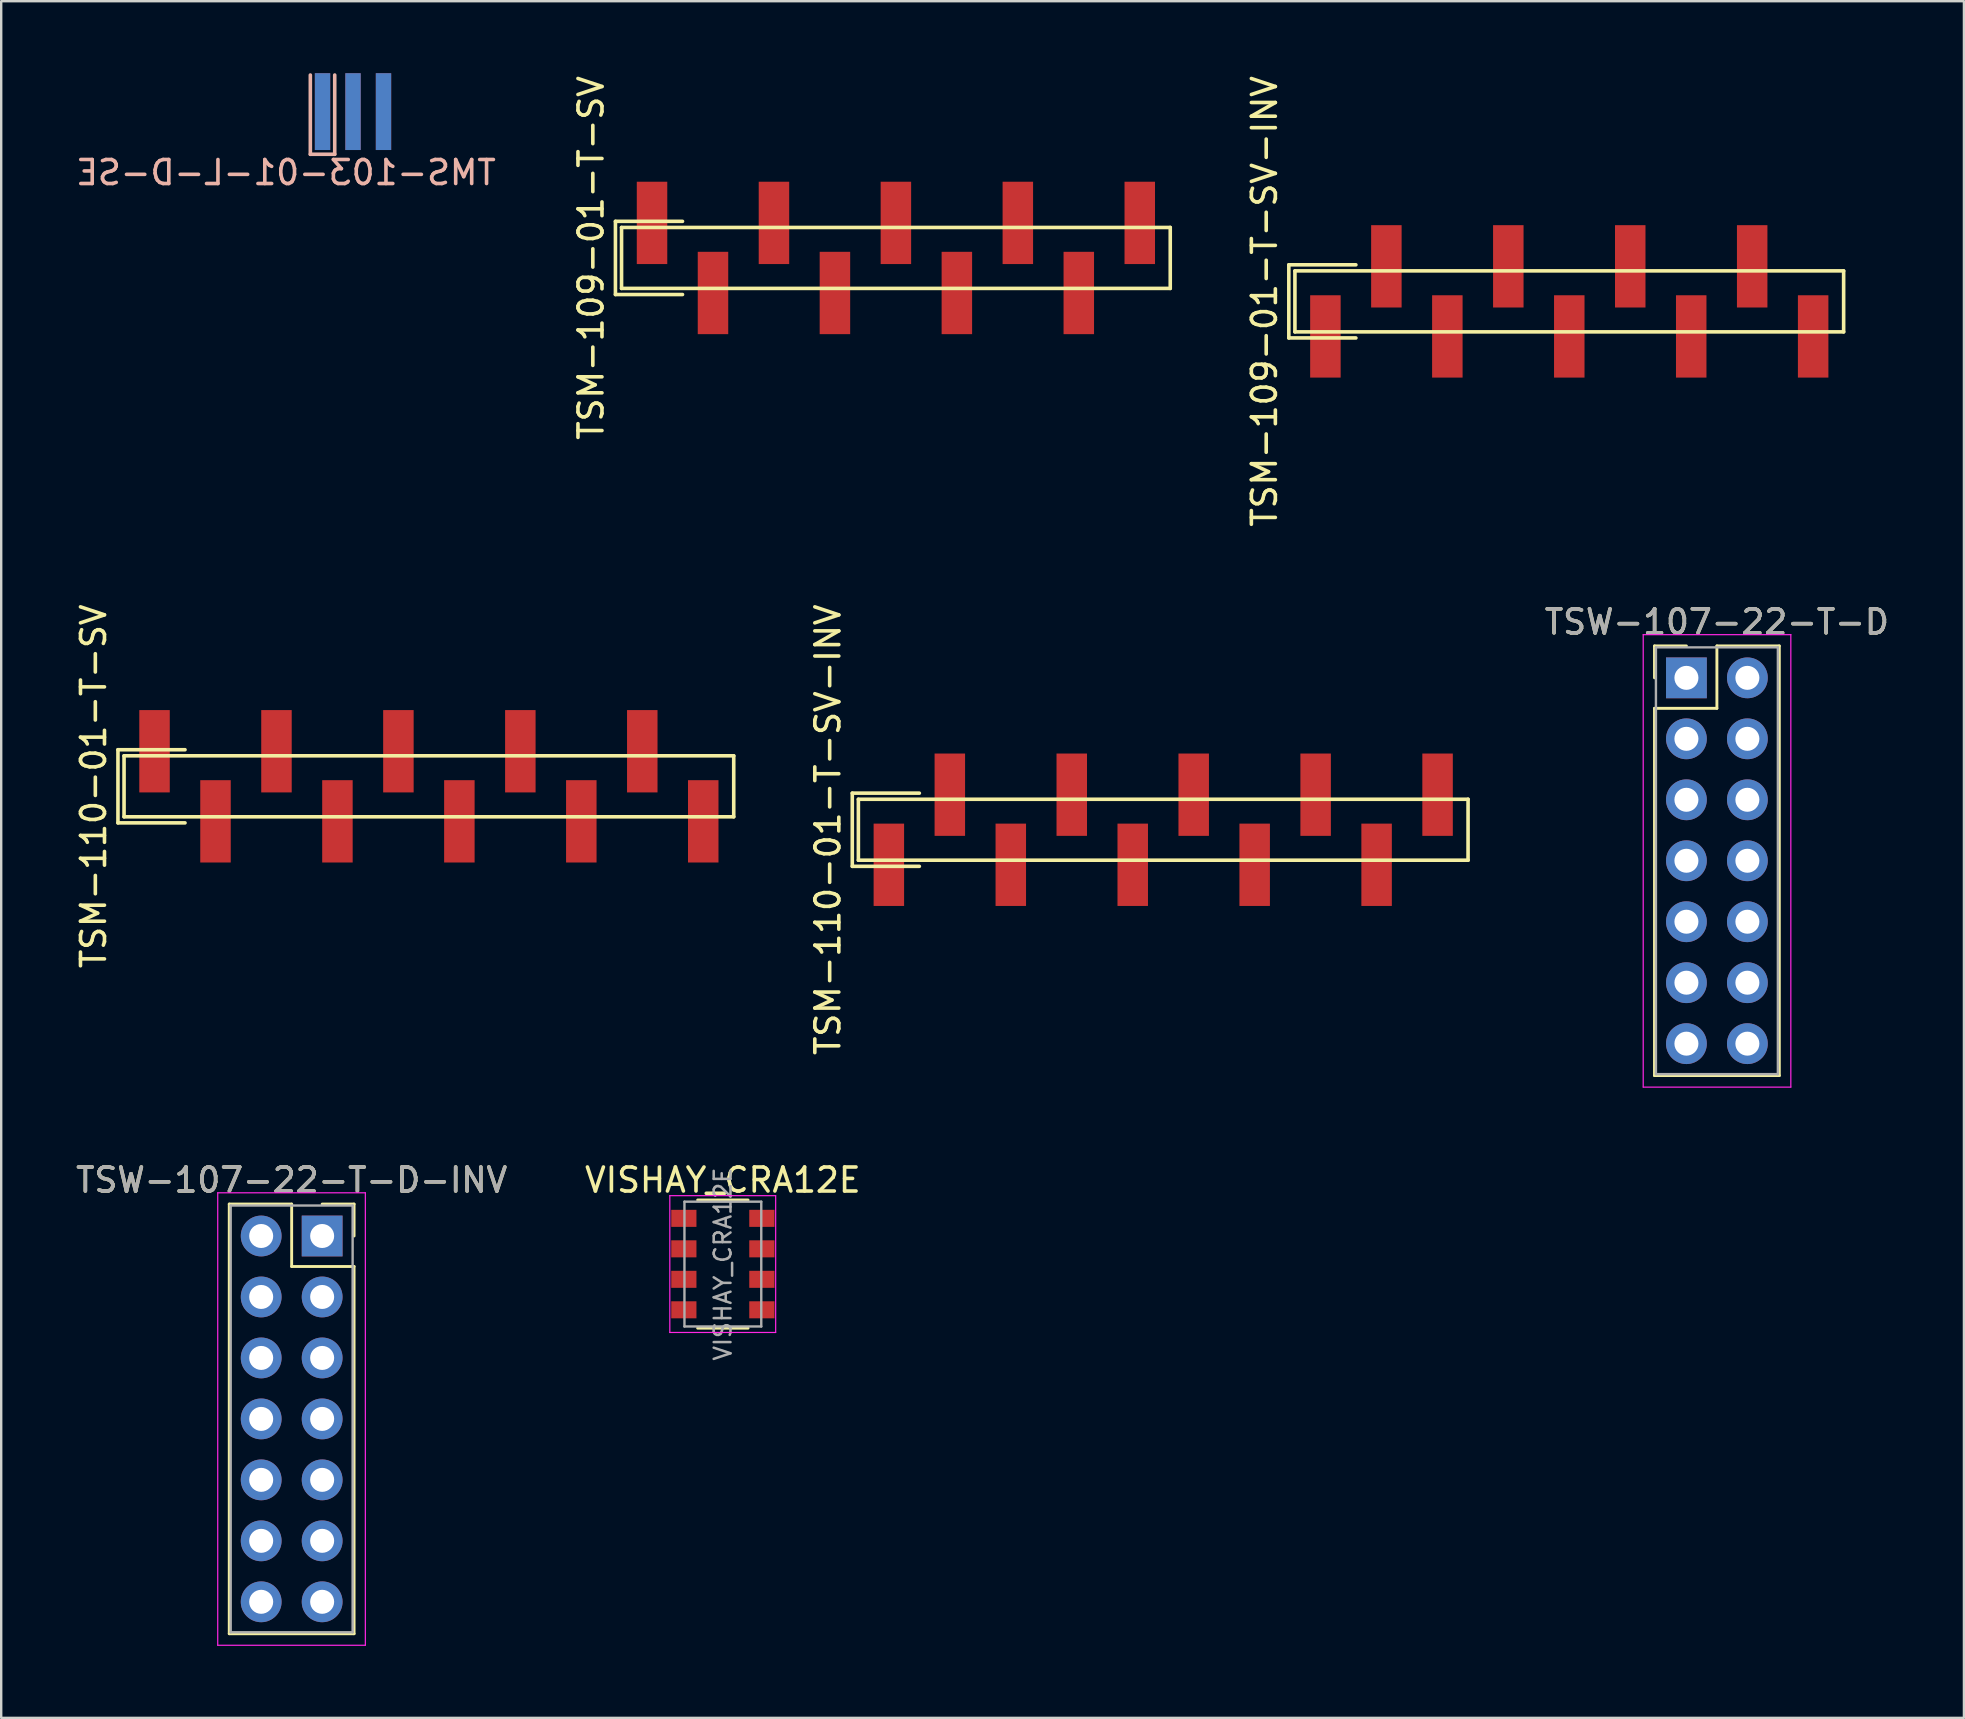
<source format=kicad_pcb>
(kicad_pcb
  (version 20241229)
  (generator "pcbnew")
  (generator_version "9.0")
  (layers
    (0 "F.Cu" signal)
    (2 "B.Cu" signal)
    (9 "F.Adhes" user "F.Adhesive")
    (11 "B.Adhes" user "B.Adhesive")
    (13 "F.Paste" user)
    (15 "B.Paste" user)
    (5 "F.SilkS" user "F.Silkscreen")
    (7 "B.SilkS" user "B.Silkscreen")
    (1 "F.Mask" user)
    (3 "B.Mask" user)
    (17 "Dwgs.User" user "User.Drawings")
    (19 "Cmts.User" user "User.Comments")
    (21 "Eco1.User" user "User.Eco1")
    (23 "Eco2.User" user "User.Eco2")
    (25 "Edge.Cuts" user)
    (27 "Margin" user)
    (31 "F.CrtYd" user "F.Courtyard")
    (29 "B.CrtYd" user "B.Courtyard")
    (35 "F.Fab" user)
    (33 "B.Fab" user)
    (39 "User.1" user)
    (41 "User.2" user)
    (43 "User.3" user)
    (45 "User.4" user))
  (footprint "TSM-110-01-T-SV-INV"
    (layer "F.Cu")
    (at 33.981 31.518)
    (property "Reference" "TSM-110-01-T-SV-INV" (at -2.54 0 90) (layer "F.SilkS") (effects (font (size 1 1) (thickness 0.15))))
    (attr through_hole)
    (fp_line (start -1.524 -1.524) (end -1.524 1.524) (stroke (width 0.15) (type solid)) (layer "F.SilkS"))
    (fp_line (start -1.524 1.524) (end 1.27 1.524) (stroke (width 0.15) (type solid)) (layer "F.SilkS"))
    (fp_line (start -1.27 -1.27) (end -1.27 1.27) (stroke (width 0.15) (type solid)) (layer "F.SilkS"))
    (fp_line (start -1.27 1.27) (end 24.13 1.27) (stroke (width 0.15) (type solid)) (layer "F.SilkS"))
    (fp_line (start 1.27 -1.524) (end -1.524 -1.524) (stroke (width 0.15) (type solid)) (layer "F.SilkS"))
    (fp_line (start 24.13 -1.27) (end -1.27 -1.27) (stroke (width 0.15) (type solid)) (layer "F.SilkS"))
    (fp_line (start 24.13 1.27) (end 24.13 -1.27) (stroke (width 0.15) (type solid)) (layer "F.SilkS"))
    (pad "1" smd rect (at 0 1.46) (size 1.27 3.43) (layers "F.Cu" "F.Mask" "F.Paste"))
    (pad "2" smd rect (at 2.54 -1.46) (size 1.27 3.43) (layers "F.Cu" "F.Mask" "F.Paste"))
    (pad "3" smd rect (at 5.08 1.46) (size 1.27 3.43) (layers "F.Cu" "F.Mask" "F.Paste"))
    (pad "4" smd rect (at 7.62 -1.46) (size 1.27 3.43) (layers "F.Cu" "F.Mask" "F.Paste"))
    (pad "5" smd rect (at 10.16 1.46) (size 1.27 3.43) (layers "F.Cu" "F.Mask" "F.Paste"))
    (pad "6" smd rect (at 12.7 -1.46) (size 1.27 3.43) (layers "F.Cu" "F.Mask" "F.Paste"))
    (pad "7" smd rect (at 15.24 1.46) (size 1.27 3.43) (layers "F.Cu" "F.Mask" "F.Paste"))
    (pad "8" smd rect (at 17.78 -1.46) (size 1.27 3.43) (layers "F.Cu" "F.Mask" "F.Paste"))
    (pad "9" smd rect (at 20.32 1.46) (size 1.27 3.43) (layers "F.Cu" "F.Mask" "F.Paste"))
    (pad "10" smd rect (at 22.86 -1.46) (size 1.27 3.43) (layers "F.Cu" "F.Mask" "F.Paste")))
  (footprint "TSM-109-01-T-SV-INV"
    (layer "F.Cu")
    (at 52.168 9.506)
    (property "Reference" "TSM-109-01-T-SV-INV" (at -2.54 0 90) (layer "F.SilkS") (effects (font (size 1 1) (thickness 0.15))))
    (attr through_hole)
    (fp_line (start -1.524 -1.524) (end -1.524 1.524) (stroke (width 0.15) (type solid)) (layer "F.SilkS"))
    (fp_line (start -1.524 1.524) (end 1.27 1.524) (stroke (width 0.15) (type solid)) (layer "F.SilkS"))
    (fp_line (start -1.27 -1.27) (end -1.27 1.27) (stroke (width 0.15) (type solid)) (layer "F.SilkS"))
    (fp_line (start -1.27 1.27) (end 21.59 1.27) (stroke (width 0.15) (type solid)) (layer "F.SilkS"))
    (fp_line (start 1.27 -1.524) (end -1.524 -1.524) (stroke (width 0.15) (type solid)) (layer "F.SilkS"))
    (fp_line (start 21.59 -1.27) (end -1.27 -1.27) (stroke (width 0.15) (type solid)) (layer "F.SilkS"))
    (fp_line (start 21.59 1.27) (end 21.59 -1.27) (stroke (width 0.15) (type solid)) (layer "F.SilkS"))
    (pad "1" smd rect (at 0 1.46) (size 1.27 3.43) (layers "F.Cu" "F.Mask" "F.Paste"))
    (pad "2" smd rect (at 2.54 -1.46) (size 1.27 3.43) (layers "F.Cu" "F.Mask" "F.Paste"))
    (pad "3" smd rect (at 5.08 1.46) (size 1.27 3.43) (layers "F.Cu" "F.Mask" "F.Paste"))
    (pad "4" smd rect (at 7.62 -1.46) (size 1.27 3.43) (layers "F.Cu" "F.Mask" "F.Paste"))
    (pad "5" smd rect (at 10.16 1.46) (size 1.27 3.43) (layers "F.Cu" "F.Mask" "F.Paste"))
    (pad "6" smd rect (at 12.7 -1.46) (size 1.27 3.43) (layers "F.Cu" "F.Mask" "F.Paste"))
    (pad "7" smd rect (at 15.24 1.46) (size 1.27 3.43) (layers "F.Cu" "F.Mask" "F.Paste"))
    (pad "8" smd rect (at 17.78 -1.46) (size 1.27 3.43) (layers "F.Cu" "F.Mask" "F.Paste"))
    (pad "9" smd rect (at 20.32 1.46) (size 1.27 3.43) (layers "F.Cu" "F.Mask" "F.Paste")))
  (footprint "TSM-110-01-T-SV"
    (layer "F.Cu")
    (at 3.388 29.708)
    (property "Reference" "TSM-110-01-T-SV" (at -2.54 0 90) (layer "F.SilkS") (effects (font (size 1 1) (thickness 0.15))))
    (attr through_hole)
    (fp_line (start -1.524 -1.524) (end -1.524 1.524) (stroke (width 0.15) (type solid)) (layer "F.SilkS"))
    (fp_line (start -1.524 1.524) (end 1.27 1.524) (stroke (width 0.15) (type solid)) (layer "F.SilkS"))
    (fp_line (start -1.27 -1.27) (end -1.27 1.27) (stroke (width 0.15) (type solid)) (layer "F.SilkS"))
    (fp_line (start -1.27 1.27) (end 24.13 1.27) (stroke (width 0.15) (type solid)) (layer "F.SilkS"))
    (fp_line (start 1.27 -1.524) (end -1.524 -1.524) (stroke (width 0.15) (type solid)) (layer "F.SilkS"))
    (fp_line (start 24.13 -1.27) (end -1.27 -1.27) (stroke (width 0.15) (type solid)) (layer "F.SilkS"))
    (fp_line (start 24.13 1.27) (end 24.13 -1.27) (stroke (width 0.15) (type solid)) (layer "F.SilkS"))
    (pad "1" smd rect (at 0 -1.46) (size 1.27 3.43) (layers "F.Cu" "F.Mask" "F.Paste"))
    (pad "2" smd rect (at 2.54 1.46) (size 1.27 3.43) (layers "F.Cu" "F.Mask" "F.Paste"))
    (pad "3" smd rect (at 5.08 -1.46) (size 1.27 3.43) (layers "F.Cu" "F.Mask" "F.Paste"))
    (pad "4" smd rect (at 7.62 1.46) (size 1.27 3.43) (layers "F.Cu" "F.Mask" "F.Paste"))
    (pad "5" smd rect (at 10.16 -1.46) (size 1.27 3.43) (layers "F.Cu" "F.Mask" "F.Paste"))
    (pad "6" smd rect (at 12.7 1.46) (size 1.27 3.43) (layers "F.Cu" "F.Mask" "F.Paste"))
    (pad "7" smd rect (at 15.24 -1.46) (size 1.27 3.43) (layers "F.Cu" "F.Mask" "F.Paste"))
    (pad "8" smd rect (at 17.78 1.46) (size 1.27 3.43) (layers "F.Cu" "F.Mask" "F.Paste"))
    (pad "9" smd rect (at 20.32 -1.46) (size 1.27 3.43) (layers "F.Cu" "F.Mask" "F.Paste"))
    (pad "10" smd rect (at 22.86 1.46) (size 1.27 3.43) (layers "F.Cu" "F.Mask" "F.Paste")))
  (footprint "TMS-103-01-L-D-SE"
    (layer "F.Cu")
    (at 10.387 1.6)
    (property "Reference" "TMS-103-01-L-D-SE" (at -1.524 2.54 0) (layer "B.SilkS") (effects (font (size 1 1) (thickness 0.15)) (justify mirror)))
    (attr through_hole)
    (fp_line (start -0.508 -1.524) (end -0.508 1.778) (stroke (width 0.15) (type solid)) (layer "B.SilkS"))
    (fp_line (start -0.508 1.778) (end 0.508 1.778) (stroke (width 0.15) (type solid)) (layer "B.SilkS"))
    (fp_line (start 0.508 1.778) (end 0.508 -1.524) (stroke (width 0.15) (type solid)) (layer "B.SilkS"))
    (pad "1" smd rect (at 0 0) (size 0.64 3.2) (layers "B.Cu" "B.Mask" "B.Paste"))
    (pad "2" smd rect (at 0 0) (size 0.64 3.2) (layers "F.Cu" "F.Mask" "F.Paste"))
    (pad "3" smd rect (at 1.27 0) (size 0.64 3.2) (layers "B.Cu" "B.Mask" "B.Paste"))
    (pad "4" smd rect (at 1.27 0) (size 0.64 3.2) (layers "F.Cu" "F.Mask" "F.Paste"))
    (pad "5" smd rect (at 2.54 0) (size 0.64 3.2) (layers "B.Cu" "B.Mask" "B.Paste"))
    (pad "6" smd rect (at 2.54 0) (size 0.64 3.2) (layers "F.Cu" "F.Mask" "F.Paste")))
  (footprint "TSW-107-22-T-D-INV"
    (layer "F.Cu")
    (at 10.371 48.443)
    (property "Reference" "TSW-107-22-T-D-INV" (at -1.27 -2.33 0) (layer "F.SilkS") (effects (font (size 1 1) (thickness 0.15))))
    (attr through_hole)
    (fp_line (start -3.87 -1.33) (end -1.27 -1.33) (stroke (width 0.12) (type solid)) (layer "F.SilkS"))
    (fp_line (start -3.87 16.57) (end -3.87 -1.33) (stroke (width 0.12) (type solid)) (layer "F.SilkS"))
    (fp_line (start -1.27 -1.33) (end -1.27 1.27) (stroke (width 0.12) (type solid)) (layer "F.SilkS"))
    (fp_line (start -1.27 1.27) (end 1.33 1.27) (stroke (width 0.12) (type solid)) (layer "F.SilkS"))
    (fp_line (start 1.33 -1.33) (end 0 -1.33) (stroke (width 0.12) (type solid)) (layer "F.SilkS"))
    (fp_line (start 1.33 0) (end 1.33 -1.33) (stroke (width 0.12) (type solid)) (layer "F.SilkS"))
    (fp_line (start 1.33 1.27) (end 1.33 16.57) (stroke (width 0.12) (type solid)) (layer "F.SilkS"))
    (fp_line (start 1.33 16.57) (end -3.87 16.57) (stroke (width 0.12) (type solid)) (layer "F.SilkS"))
    (fp_line (start -4.35 -1.8) (end 1.8 -1.8) (stroke (width 0.05) (type solid)) (layer "F.CrtYd"))
    (fp_line (start -4.35 17.05) (end -4.35 -1.8) (stroke (width 0.05) (type solid)) (layer "F.CrtYd"))
    (fp_line (start 1.8 -1.8) (end 1.8 17.05) (stroke (width 0.05) (type solid)) (layer "F.CrtYd"))
    (fp_line (start 1.8 17.05) (end -4.35 17.05) (stroke (width 0.05) (type solid)) (layer "F.CrtYd"))
    (fp_line (start -3.81 -1.27) (end 1.27 -1.27) (stroke (width 0.1) (type solid)) (layer "F.Fab"))
    (fp_line (start -3.81 16.51) (end -3.81 -1.27) (stroke (width 0.1) (type solid)) (layer "F.Fab"))
    (fp_line (start 1.27 -1.27) (end 1.27 16.51) (stroke (width 0.1) (type solid)) (layer "F.Fab"))
    (fp_line (start 1.27 16.51) (end -3.81 16.51) (stroke (width 0.1) (type solid)) (layer "F.Fab"))
    (fp_text user "${REFERENCE}" (at -1.27 -2.33 0) (layer "F.Fab") (effects (font (size 1 1) (thickness 0.15))))
    (pad "1" thru_hole rect (at 0 0) (size 1.7 1.7) (drill 1) (layers "*.Cu" "*.Mask"))
    (pad "2" thru_hole oval (at -2.54 0) (size 1.7 1.7) (drill 1) (layers "*.Cu" "*.Mask"))
    (pad "3" thru_hole oval (at 0 2.54) (size 1.7 1.7) (drill 1) (layers "*.Cu" "*.Mask"))
    (pad "4" thru_hole oval (at -2.54 2.54) (size 1.7 1.7) (drill 1) (layers "*.Cu" "*.Mask"))
    (pad "5" thru_hole oval (at 0 5.08) (size 1.7 1.7) (drill 1) (layers "*.Cu" "*.Mask"))
    (pad "6" thru_hole oval (at -2.54 5.08) (size 1.7 1.7) (drill 1) (layers "*.Cu" "*.Mask"))
    (pad "7" thru_hole oval (at 0 7.62) (size 1.7 1.7) (drill 1) (layers "*.Cu" "*.Mask"))
    (pad "8" thru_hole oval (at -2.54 7.62) (size 1.7 1.7) (drill 1) (layers "*.Cu" "*.Mask"))
    (pad "9" thru_hole oval (at 0 10.16) (size 1.7 1.7) (drill 1) (layers "*.Cu" "*.Mask"))
    (pad "10" thru_hole oval (at -2.54 10.16) (size 1.7 1.7) (drill 1) (layers "*.Cu" "*.Mask"))
    (pad "11" thru_hole oval (at 0 12.7) (size 1.7 1.7) (drill 1) (layers "*.Cu" "*.Mask"))
    (pad "12" thru_hole oval (at -2.54 12.7) (size 1.7 1.7) (drill 1) (layers "*.Cu" "*.Mask"))
    (pad "13" thru_hole oval (at 0 15.24) (size 1.7 1.7) (drill 1) (layers "*.Cu" "*.Mask"))
    (pad "14" thru_hole oval (at -2.54 15.24) (size 1.7 1.7) (drill 1) (layers "*.Cu" "*.Mask")))
  (footprint "TSW-107-22-T-D"
    (layer "F.Cu")
    (at 67.208 25.19)
    (property "Reference" "TSW-107-22-T-D" (at 1.27 -2.33 0) (layer "F.SilkS") (effects (font (size 1 1) (thickness 0.15))))
    (attr through_hole)
    (fp_line (start -1.33 -1.33) (end 0 -1.33) (stroke (width 0.12) (type solid)) (layer "F.SilkS"))
    (fp_line (start -1.33 0) (end -1.33 -1.33) (stroke (width 0.12) (type solid)) (layer "F.SilkS"))
    (fp_line (start -1.33 1.27) (end -1.33 16.57) (stroke (width 0.12) (type solid)) (layer "F.SilkS"))
    (fp_line (start -1.33 16.57) (end 3.87 16.57) (stroke (width 0.12) (type solid)) (layer "F.SilkS"))
    (fp_line (start 1.27 -1.33) (end 1.27 1.27) (stroke (width 0.12) (type solid)) (layer "F.SilkS"))
    (fp_line (start 1.27 1.27) (end -1.33 1.27) (stroke (width 0.12) (type solid)) (layer "F.SilkS"))
    (fp_line (start 3.87 -1.33) (end 1.27 -1.33) (stroke (width 0.12) (type solid)) (layer "F.SilkS"))
    (fp_line (start 3.87 16.57) (end 3.87 -1.33) (stroke (width 0.12) (type solid)) (layer "F.SilkS"))
    (fp_line (start -1.8 -1.8) (end -1.8 17.05) (stroke (width 0.05) (type solid)) (layer "F.CrtYd"))
    (fp_line (start -1.8 17.05) (end 4.35 17.05) (stroke (width 0.05) (type solid)) (layer "F.CrtYd"))
    (fp_line (start 4.35 -1.8) (end -1.8 -1.8) (stroke (width 0.05) (type solid)) (layer "F.CrtYd"))
    (fp_line (start 4.35 17.05) (end 4.35 -1.8) (stroke (width 0.05) (type solid)) (layer "F.CrtYd"))
    (fp_line (start -1.27 -1.27) (end -1.27 16.51) (stroke (width 0.1) (type solid)) (layer "F.Fab"))
    (fp_line (start -1.27 16.51) (end 3.81 16.51) (stroke (width 0.1) (type solid)) (layer "F.Fab"))
    (fp_line (start 3.81 -1.27) (end -1.27 -1.27) (stroke (width 0.1) (type solid)) (layer "F.Fab"))
    (fp_line (start 3.81 16.51) (end 3.81 -1.27) (stroke (width 0.1) (type solid)) (layer "F.Fab"))
    (fp_text user "${REFERENCE}" (at 1.27 -2.33 0) (layer "F.Fab") (effects (font (size 1 1) (thickness 0.15))))
    (pad "1" thru_hole rect (at 0 0) (size 1.7 1.7) (drill 1) (layers "*.Cu" "*.Mask"))
    (pad "2" thru_hole oval (at 2.54 0) (size 1.7 1.7) (drill 1) (layers "*.Cu" "*.Mask"))
    (pad "3" thru_hole oval (at 0 2.54) (size 1.7 1.7) (drill 1) (layers "*.Cu" "*.Mask"))
    (pad "4" thru_hole oval (at 2.54 2.54) (size 1.7 1.7) (drill 1) (layers "*.Cu" "*.Mask"))
    (pad "5" thru_hole oval (at 0 5.08) (size 1.7 1.7) (drill 1) (layers "*.Cu" "*.Mask"))
    (pad "6" thru_hole oval (at 2.54 5.08) (size 1.7 1.7) (drill 1) (layers "*.Cu" "*.Mask"))
    (pad "7" thru_hole oval (at 0 7.62) (size 1.7 1.7) (drill 1) (layers "*.Cu" "*.Mask"))
    (pad "8" thru_hole oval (at 2.54 7.62) (size 1.7 1.7) (drill 1) (layers "*.Cu" "*.Mask"))
    (pad "9" thru_hole oval (at 0 10.16) (size 1.7 1.7) (drill 1) (layers "*.Cu" "*.Mask"))
    (pad "10" thru_hole oval (at 2.54 10.16) (size 1.7 1.7) (drill 1) (layers "*.Cu" "*.Mask"))
    (pad "11" thru_hole oval (at 0 12.7) (size 1.7 1.7) (drill 1) (layers "*.Cu" "*.Mask"))
    (pad "12" thru_hole oval (at 2.54 12.7) (size 1.7 1.7) (drill 1) (layers "*.Cu" "*.Mask"))
    (pad "13" thru_hole oval (at 0 15.24) (size 1.7 1.7) (drill 1) (layers "*.Cu" "*.Mask"))
    (pad "14" thru_hole oval (at 2.54 15.24) (size 1.7 1.7) (drill 1) (layers "*.Cu" "*.Mask")))
  (footprint "TSM-109-01-T-SV"
    (layer "F.Cu")
    (at 24.114 7.696)
    (property "Reference" "TSM-109-01-T-SV" (at -2.54 0 90) (layer "F.SilkS") (effects (font (size 1 1) (thickness 0.15))))
    (attr through_hole)
    (fp_line (start -1.524 -1.524) (end -1.524 1.524) (stroke (width 0.15) (type solid)) (layer "F.SilkS"))
    (fp_line (start -1.524 1.524) (end 1.27 1.524) (stroke (width 0.15) (type solid)) (layer "F.SilkS"))
    (fp_line (start -1.27 -1.27) (end -1.27 1.27) (stroke (width 0.15) (type solid)) (layer "F.SilkS"))
    (fp_line (start -1.27 1.27) (end 21.59 1.27) (stroke (width 0.15) (type solid)) (layer "F.SilkS"))
    (fp_line (start 1.27 -1.524) (end -1.524 -1.524) (stroke (width 0.15) (type solid)) (layer "F.SilkS"))
    (fp_line (start 21.59 -1.27) (end -1.27 -1.27) (stroke (width 0.15) (type solid)) (layer "F.SilkS"))
    (fp_line (start 21.59 1.27) (end 21.59 -1.27) (stroke (width 0.15) (type solid)) (layer "F.SilkS"))
    (pad "1" smd rect (at 0 -1.46) (size 1.27 3.43) (layers "F.Cu" "F.Mask" "F.Paste"))
    (pad "2" smd rect (at 2.54 1.46) (size 1.27 3.43) (layers "F.Cu" "F.Mask" "F.Paste"))
    (pad "3" smd rect (at 5.08 -1.46) (size 1.27 3.43) (layers "F.Cu" "F.Mask" "F.Paste"))
    (pad "4" smd rect (at 7.62 1.46) (size 1.27 3.43) (layers "F.Cu" "F.Mask" "F.Paste"))
    (pad "5" smd rect (at 10.16 -1.46) (size 1.27 3.43) (layers "F.Cu" "F.Mask" "F.Paste"))
    (pad "6" smd rect (at 12.7 1.46) (size 1.27 3.43) (layers "F.Cu" "F.Mask" "F.Paste"))
    (pad "7" smd rect (at 15.24 -1.46) (size 1.27 3.43) (layers "F.Cu" "F.Mask" "F.Paste"))
    (pad "8" smd rect (at 17.78 1.46) (size 1.27 3.43) (layers "F.Cu" "F.Mask" "F.Paste"))
    (pad "9" smd rect (at 20.32 -1.46) (size 1.27 3.43) (layers "F.Cu" "F.Mask" "F.Paste")))
  (footprint "VISHAY_CRA12E"
    (layer "F.Cu")
    (at 27.065 49.613)
    (property "Reference" "VISHAY_CRA12E" (at 0 -3.5 0) (layer "F.SilkS") (effects (font (size 1 1) (thickness 0.15))))
    (attr smd)
    (fp_line (start 1.05 -2.67) (end -1.05 -2.67) (stroke (width 0.12) (type solid)) (layer "F.SilkS"))
    (fp_line (start 1.05 2.67) (end -1.05 2.67) (stroke (width 0.12) (type solid)) (layer "F.SilkS"))
    (fp_line (start -2.21 -2.85) (end -2.21 2.85) (stroke (width 0.05) (type solid)) (layer "F.CrtYd"))
    (fp_line (start -2.21 -2.85) (end 2.2 -2.85) (stroke (width 0.05) (type solid)) (layer "F.CrtYd"))
    (fp_line (start 2.2 2.85) (end -2.21 2.85) (stroke (width 0.05) (type solid)) (layer "F.CrtYd"))
    (fp_line (start 2.2 2.85) (end 2.2 -2.85) (stroke (width 0.05) (type solid)) (layer "F.CrtYd"))
    (fp_line (start -1.6 -2.6) (end -1.6 2.6) (stroke (width 0.1) (type solid)) (layer "F.Fab"))
    (fp_line (start -1.6 2.6) (end 1.6 2.6) (stroke (width 0.1) (type solid)) (layer "F.Fab"))
    (fp_line (start 1.6 -2.6) (end -1.6 -2.6) (stroke (width 0.1) (type solid)) (layer "F.Fab"))
    (fp_line (start 1.6 2.6) (end 1.6 -2.6) (stroke (width 0.1) (type solid)) (layer "F.Fab"))
    (fp_text user "${REFERENCE}" (at 0 0 90) (layer "F.Fab") (effects (font (size 0.7 0.7) (thickness 0.105))))
    (pad "1" smd rect (at -1.625 -1.905) (size 1.05 0.71) (layers "F.Cu" "F.Mask" "F.Paste"))
    (pad "2" smd rect (at -1.625 -0.635) (size 1.05 0.71) (layers "F.Cu" "F.Mask" "F.Paste"))
    (pad "3" smd rect (at -1.625 0.635) (size 1.05 0.71) (layers "F.Cu" "F.Mask" "F.Paste"))
    (pad "4" smd rect (at -1.625 1.905) (size 1.05 0.71) (layers "F.Cu" "F.Mask" "F.Paste"))
    (pad "5" smd rect (at 1.625 0.635) (size 1.05 0.71) (layers "F.Cu" "F.Mask" "F.Paste"))
    (pad "6" smd rect (at 1.625 1.905) (size 1.05 0.71) (layers "F.Cu" "F.Mask" "F.Paste"))
    (pad "7" smd rect (at 1.625 -0.635) (size 1.05 0.71) (layers "F.Cu" "F.Mask" "F.Paste"))
    (pad "8" smd rect (at 1.625 -1.905) (size 1.05 0.71) (layers "F.Cu" "F.Mask" "F.Paste")))
  (gr_rect
    (start -3 -3)
    (end 78.77 68.518)
    (stroke (width 0.1) (type default))
    (fill no)
    (layer "Edge.Cuts")))
</source>
